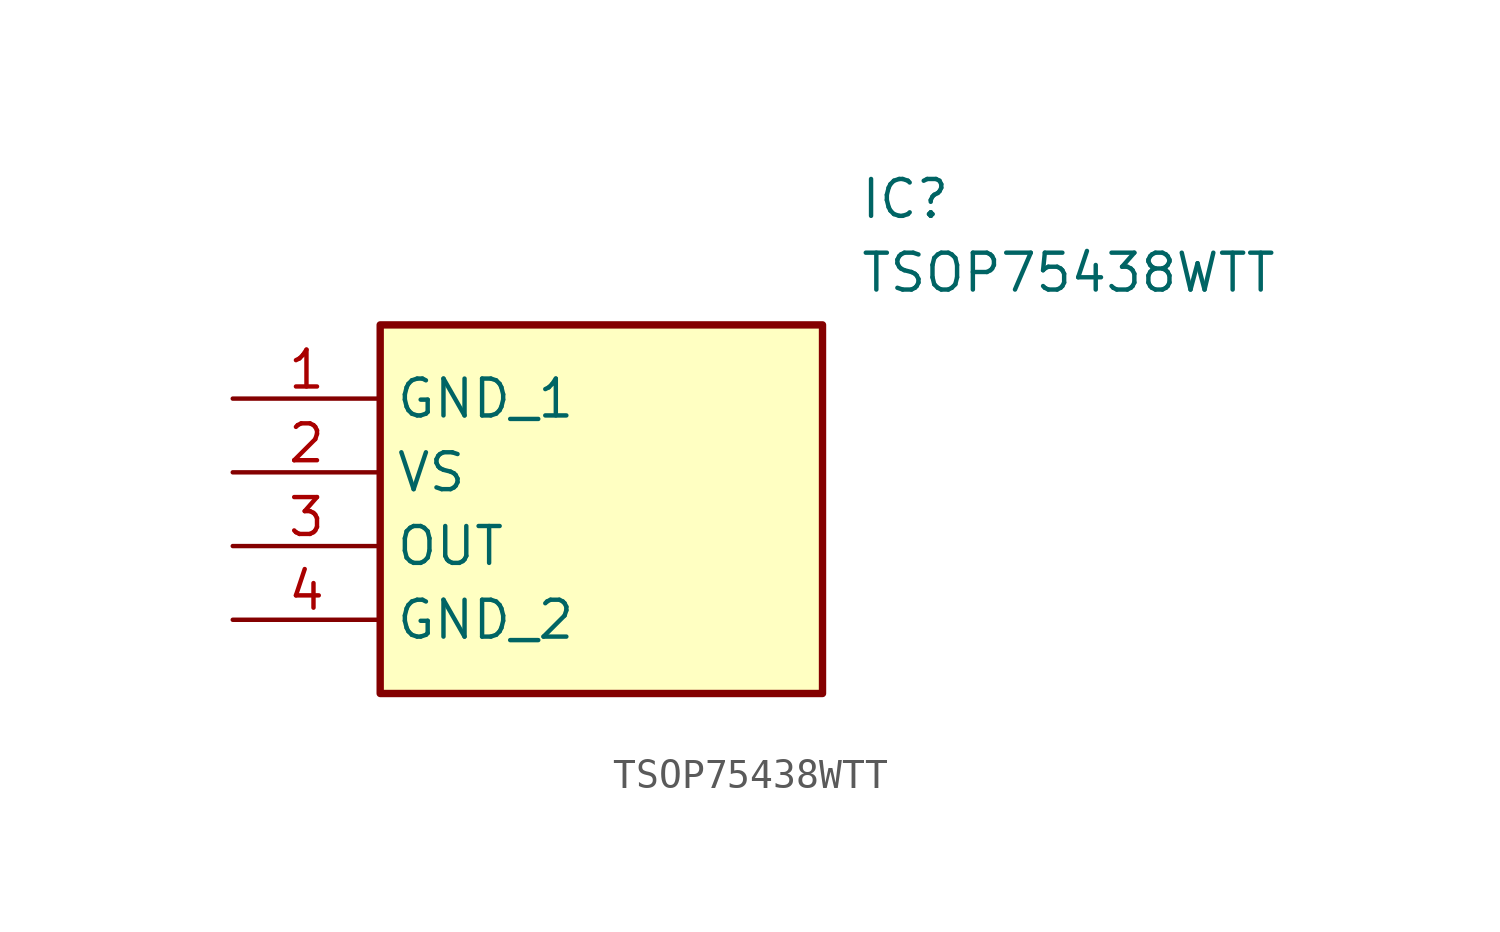
<source format=kicad_sym>
(kicad_symbol_lib
  (version 20211014)
  (generator SamacSys_ECAD_Model)
  (symbol "TSOP75438WTT"
    (property "Reference" "IC"
      (at 21.59 7.62 0)
      (effects (font (size 1.27 1.27)) (justify left top)))
    (property "Value" "TSOP75438WTT"
      (at 21.59 5.08 0)
      (effects (font (size 1.27 1.27)) (justify left top)))
    (rectangle
      (start 5.08 2.54)
      (end 20.32 -10.16)
      (stroke (width 0.254) (type default))
      (fill (type background)))
    (pin passive line
      (at 0 0 0)
      (length 5.08)
      (name "GND_1" (effects (font (size 1.27 1.27))))
      (number "1" (effects (font (size 1.27 1.27)))))
    (pin passive line
      (at 0 -2.54 0)
      (length 5.08)
      (name "VS" (effects (font (size 1.27 1.27))))
      (number "2" (effects (font (size 1.27 1.27)))))
    (pin passive line
      (at 0 -5.08 0)
      (length 5.08)
      (name "OUT" (effects (font (size 1.27 1.27))))
      (number "3" (effects (font (size 1.27 1.27)))))
    (pin passive line
      (at 0 -7.62 0)
      (length 5.08)
      (name "GND_2" (effects (font (size 1.27 1.27))))
      (number "4" (effects (font (size 1.27 1.27)))))))
</source>
